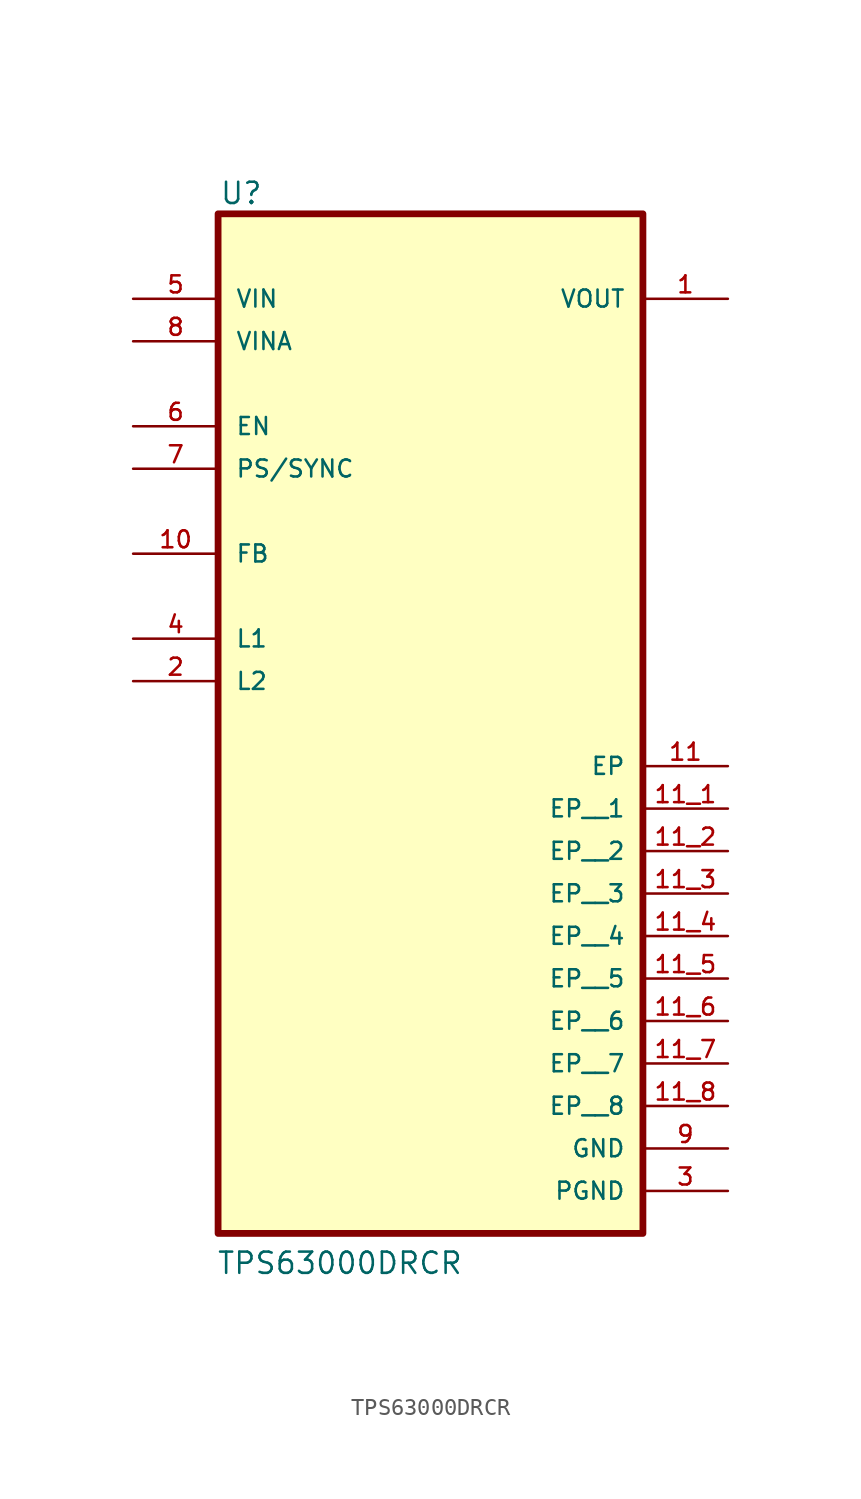
<source format=kicad_sym>
(kicad_symbol_lib
  (version 20211014)
  (generator kicad_symbol_editor)
  (symbol "TPS63000DRCR"
    (pin_names
      (offset 1.016))
    (property "Reference" "U"
      (at -12.628 20.806 0.0)
      (effects (font (size 1.27 1.27)) (justify bottom left)))
    (property "Value" "TPS63000DRCR"
      (at -12.803 -43.16 0.0)
      (effects (font (size 1.27 1.27)) (justify bottom left)))
    (symbol "TPS63000DRCR_0_0"
      (rectangle (start -12.7 -40.64) (end 12.7 20.32) (stroke (width 0.406)) (fill (type background)))
      (pin input line (at -17.78 15.24 0) (length 5.08) (name "VIN" (effects (font (size 1.016 1.016)))) (number "5" (effects (font (size 1.016 1.016)))))
      (pin input line (at -17.78 12.7 0) (length 5.08) (name "VINA" (effects (font (size 1.016 1.016)))) (number "8" (effects (font (size 1.016 1.016)))))
      (pin input line (at -17.78 7.62 0) (length 5.08) (name "EN" (effects (font (size 1.016 1.016)))) (number "6" (effects (font (size 1.016 1.016)))))
      (pin input line (at -17.78 0.0 0) (length 5.08) (name "FB" (effects (font (size 1.016 1.016)))) (number "10" (effects (font (size 1.016 1.016)))))
      (pin input line (at -17.78 5.08 0) (length 5.08) (name "PS/SYNC" (effects (font (size 1.016 1.016)))) (number "7" (effects (font (size 1.016 1.016)))))
      (pin input line (at -17.78 -5.08 0) (length 5.08) (name "L1" (effects (font (size 1.016 1.016)))) (number "4" (effects (font (size 1.016 1.016)))))
      (pin input line (at -17.78 -7.62 0) (length 5.08) (name "L2" (effects (font (size 1.016 1.016)))) (number "2" (effects (font (size 1.016 1.016)))))
      (pin power_in line (at 17.78 -35.56 180.0) (length 5.08) (name "GND" (effects (font (size 1.016 1.016)))) (number "9" (effects (font (size 1.016 1.016)))))
      (pin power_in line (at 17.78 -38.1 180.0) (length 5.08) (name "PGND" (effects (font (size 1.016 1.016)))) (number "3" (effects (font (size 1.016 1.016)))))
      (pin power_in line (at 17.78 -12.7 180.0) (length 5.08) (name "EP" (effects (font (size 1.016 1.016)))) (number "11" (effects (font (size 1.016 1.016)))))
      (pin output line (at 17.78 15.24 180.0) (length 5.08) (name "VOUT" (effects (font (size 1.016 1.016)))) (number "1" (effects (font (size 1.016 1.016)))))
      (pin power_in line (at 17.78 -15.24 180.0) (length 5.08) (name "EP__1" (effects (font (size 1.016 1.016)))) (number "11_1" (effects (font (size 1.016 1.016)))))
      (pin power_in line (at 17.78 -17.78 180.0) (length 5.08) (name "EP__2" (effects (font (size 1.016 1.016)))) (number "11_2" (effects (font (size 1.016 1.016)))))
      (pin power_in line (at 17.78 -20.32 180.0) (length 5.08) (name "EP__3" (effects (font (size 1.016 1.016)))) (number "11_3" (effects (font (size 1.016 1.016)))))
      (pin power_in line (at 17.78 -22.86 180.0) (length 5.08) (name "EP__4" (effects (font (size 1.016 1.016)))) (number "11_4" (effects (font (size 1.016 1.016)))))
      (pin power_in line (at 17.78 -25.4 180.0) (length 5.08) (name "EP__5" (effects (font (size 1.016 1.016)))) (number "11_5" (effects (font (size 1.016 1.016)))))
      (pin power_in line (at 17.78 -27.94 180.0) (length 5.08) (name "EP__6" (effects (font (size 1.016 1.016)))) (number "11_6" (effects (font (size 1.016 1.016)))))
      (pin power_in line (at 17.78 -30.48 180.0) (length 5.08) (name "EP__7" (effects (font (size 1.016 1.016)))) (number "11_7" (effects (font (size 1.016 1.016)))))
      (pin power_in line (at 17.78 -33.02 180.0) (length 5.08) (name "EP__8" (effects (font (size 1.016 1.016)))) (number "11_8" (effects (font (size 1.016 1.016))))))))
</source>
